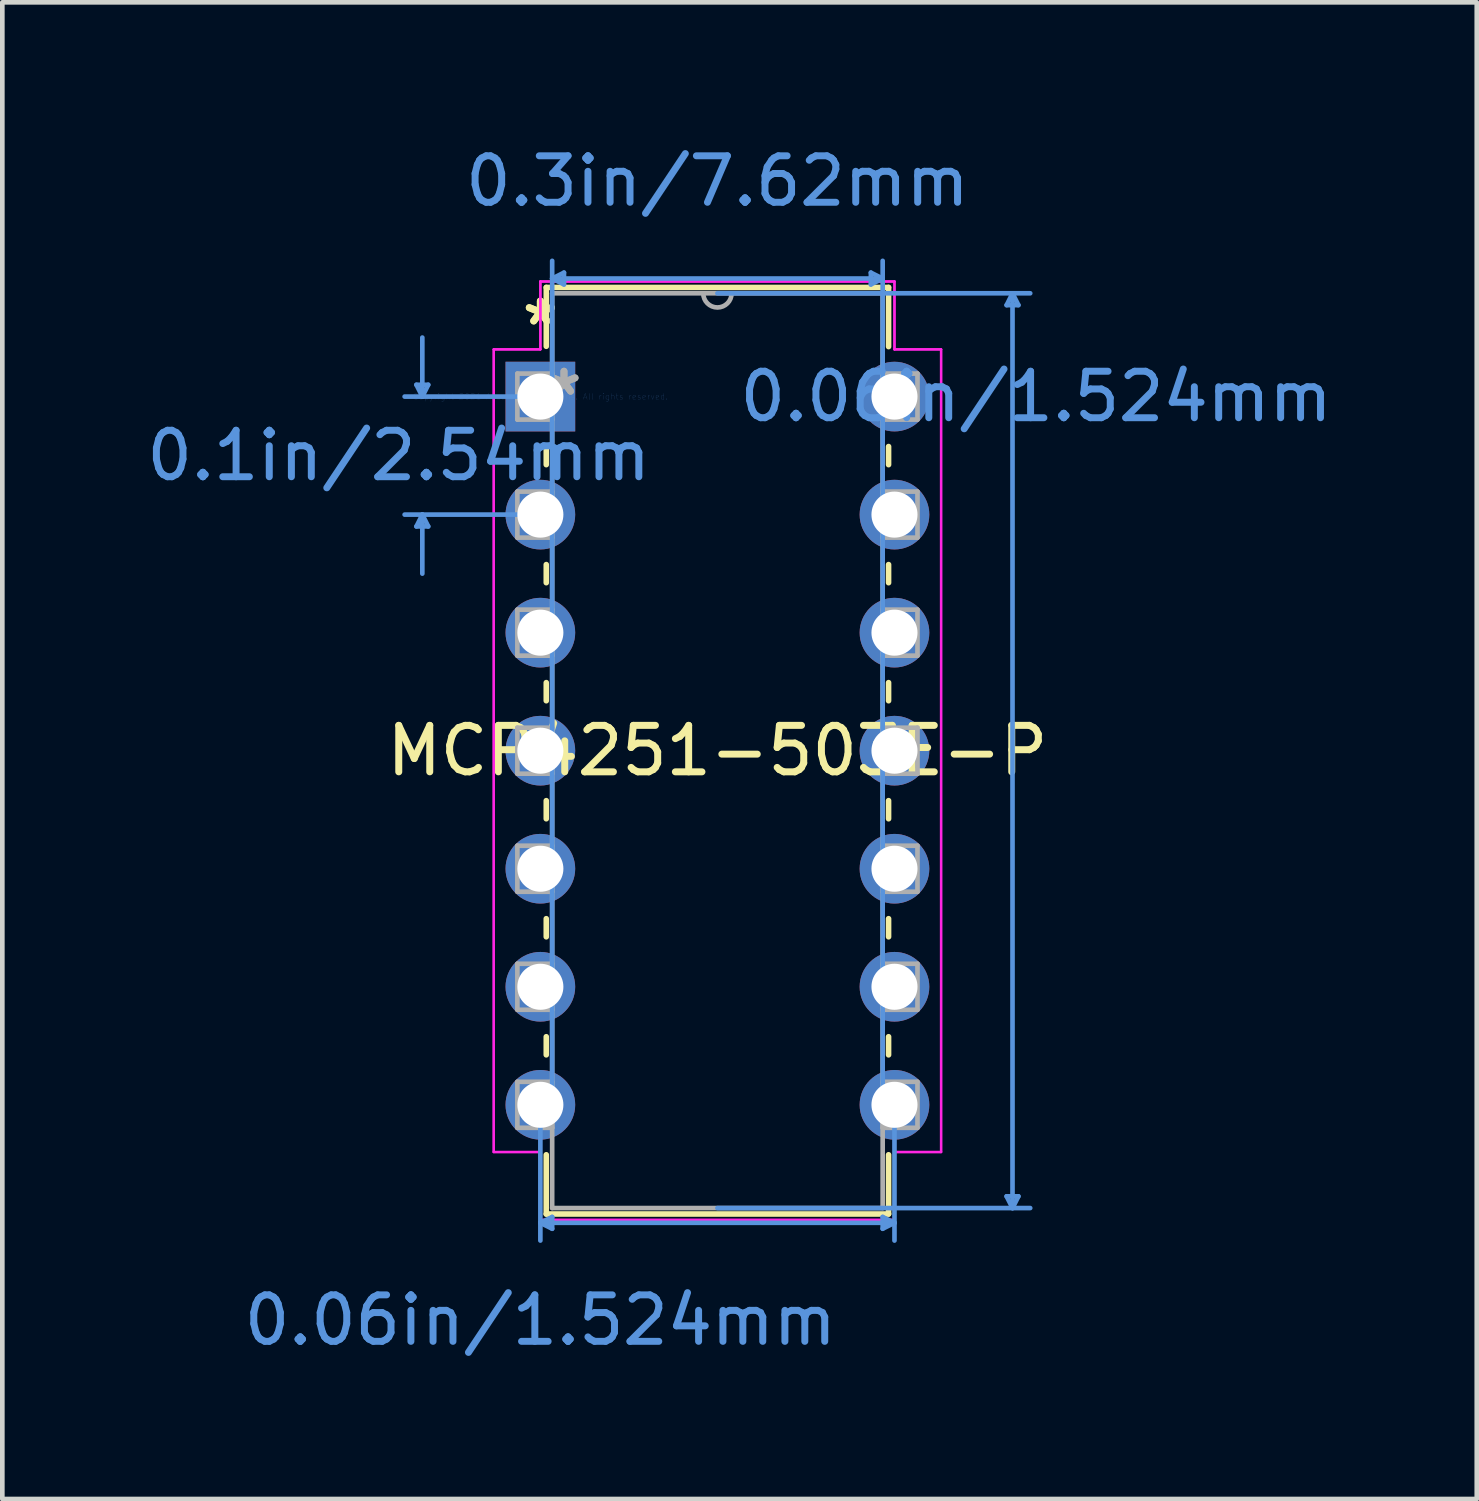
<source format=kicad_pcb>
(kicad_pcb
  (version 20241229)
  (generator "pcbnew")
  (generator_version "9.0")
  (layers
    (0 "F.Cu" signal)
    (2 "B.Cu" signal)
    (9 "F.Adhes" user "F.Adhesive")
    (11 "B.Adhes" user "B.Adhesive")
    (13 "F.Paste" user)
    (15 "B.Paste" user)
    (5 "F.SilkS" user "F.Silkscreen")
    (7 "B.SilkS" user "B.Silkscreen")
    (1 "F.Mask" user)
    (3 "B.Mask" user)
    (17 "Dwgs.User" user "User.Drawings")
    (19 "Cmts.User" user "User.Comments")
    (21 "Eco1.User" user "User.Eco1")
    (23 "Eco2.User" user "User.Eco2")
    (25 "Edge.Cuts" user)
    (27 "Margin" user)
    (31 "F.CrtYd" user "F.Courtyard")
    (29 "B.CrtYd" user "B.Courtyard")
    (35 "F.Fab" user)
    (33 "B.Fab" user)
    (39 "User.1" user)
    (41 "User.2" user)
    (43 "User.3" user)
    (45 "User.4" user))
  (footprint "MCP4251-503E-P"
    (layer "F.Cu")
    (at 8.578 5.484)
    (property "Reference" "MCP4251-503E-P" (at 3.81 7.62 0) (layer "F.SilkS") (effects (font (size 1 1) (thickness 0.15))))
    (attr through_hole)
    (fp_line (start 0.127 -2.349) (end 0.127 -1.082) (stroke (width 0.12) (type solid)) (layer "F.SilkS"))
    (fp_line (start 0.127 1.082) (end 0.127 1.465) (stroke (width 0.12) (type solid)) (layer "F.SilkS"))
    (fp_line (start 0.127 3.615) (end 0.127 4.005) (stroke (width 0.12) (type solid)) (layer "F.SilkS"))
    (fp_line (start 0.127 6.155) (end 0.127 6.545) (stroke (width 0.12) (type solid)) (layer "F.SilkS"))
    (fp_line (start 0.127 8.695) (end 0.127 9.085) (stroke (width 0.12) (type solid)) (layer "F.SilkS"))
    (fp_line (start 0.127 11.235) (end 0.127 11.625) (stroke (width 0.12) (type solid)) (layer "F.SilkS"))
    (fp_line (start 0.127 13.775) (end 0.127 14.165) (stroke (width 0.12) (type solid)) (layer "F.SilkS"))
    (fp_line (start 0.127 16.315) (end 0.127 17.59) (stroke (width 0.12) (type solid)) (layer "F.SilkS"))
    (fp_line (start 0.127 17.59) (end 7.493 17.59) (stroke (width 0.12) (type solid)) (layer "F.SilkS"))
    (fp_line (start 7.493 -2.349) (end 0.127 -2.349) (stroke (width 0.12) (type solid)) (layer "F.SilkS"))
    (fp_line (start 7.493 -1.075) (end 7.493 -2.349) (stroke (width 0.12) (type solid)) (layer "F.SilkS"))
    (fp_line (start 7.493 1.465) (end 7.493 1.075) (stroke (width 0.12) (type solid)) (layer "F.SilkS"))
    (fp_line (start 7.493 4.005) (end 7.493 3.615) (stroke (width 0.12) (type solid)) (layer "F.SilkS"))
    (fp_line (start 7.493 6.545) (end 7.493 6.155) (stroke (width 0.12) (type solid)) (layer "F.SilkS"))
    (fp_line (start 7.493 9.085) (end 7.493 8.695) (stroke (width 0.12) (type solid)) (layer "F.SilkS"))
    (fp_line (start 7.493 11.625) (end 7.493 11.235) (stroke (width 0.12) (type solid)) (layer "F.SilkS"))
    (fp_line (start 7.493 14.165) (end 7.493 13.775) (stroke (width 0.12) (type solid)) (layer "F.SilkS"))
    (fp_line (start 7.493 17.59) (end 7.493 16.315) (stroke (width 0.12) (type solid)) (layer "F.SilkS"))
    (fp_line (start -2.667 -0.254) (end -2.413 -0.254) (stroke (width 0.1) (type solid)) (layer "Cmts.User"))
    (fp_line (start -2.667 2.794) (end -2.413 2.794) (stroke (width 0.1) (type solid)) (layer "Cmts.User"))
    (fp_line (start -2.54 0) (end -2.667 -0.254) (stroke (width 0.1) (type solid)) (layer "Cmts.User"))
    (fp_line (start -2.54 0) (end -2.54 -1.27) (stroke (width 0.1) (type solid)) (layer "Cmts.User"))
    (fp_line (start -2.54 0) (end -2.413 -0.254) (stroke (width 0.1) (type solid)) (layer "Cmts.User"))
    (fp_line (start -2.54 2.54) (end -2.667 2.794) (stroke (width 0.1) (type solid)) (layer "Cmts.User"))
    (fp_line (start -2.54 2.54) (end -2.54 3.81) (stroke (width 0.1) (type solid)) (layer "Cmts.User"))
    (fp_line (start -2.54 2.54) (end -2.413 2.794) (stroke (width 0.1) (type solid)) (layer "Cmts.User"))
    (fp_line (start 0 0) (end -2.921 0) (stroke (width 0.1) (type solid)) (layer "Cmts.User"))
    (fp_line (start 0 2.54) (end -2.921 2.54) (stroke (width 0.1) (type solid)) (layer "Cmts.User"))
    (fp_line (start 0 15.24) (end 0 18.161) (stroke (width 0.1) (type solid)) (layer "Cmts.User"))
    (fp_line (start 0 17.78) (end 0.254 17.653) (stroke (width 0.1) (type solid)) (layer "Cmts.User"))
    (fp_line (start 0 17.78) (end 0.254 17.907) (stroke (width 0.1) (type solid)) (layer "Cmts.User"))
    (fp_line (start 0 17.78) (end 7.62 17.78) (stroke (width 0.1) (type solid)) (layer "Cmts.User"))
    (fp_line (start 0.254 -2.54) (end 0.508 -2.667) (stroke (width 0.1) (type solid)) (layer "Cmts.User"))
    (fp_line (start 0.254 -2.54) (end 0.508 -2.413) (stroke (width 0.1) (type solid)) (layer "Cmts.User"))
    (fp_line (start 0.254 -2.54) (end 7.366 -2.54) (stroke (width 0.1) (type solid)) (layer "Cmts.User"))
    (fp_line (start 0.254 15.24) (end 0.254 -2.921) (stroke (width 0.1) (type solid)) (layer "Cmts.User"))
    (fp_line (start 0.254 17.653) (end 0.254 17.907) (stroke (width 0.1) (type solid)) (layer "Cmts.User"))
    (fp_line (start 0.508 -2.667) (end 0.508 -2.413) (stroke (width 0.1) (type solid)) (layer "Cmts.User"))
    (fp_line (start 3.81 -2.223) (end 10.541 -2.223) (stroke (width 0.1) (type solid)) (layer "Cmts.User"))
    (fp_line (start 3.81 17.462) (end 10.541 17.462) (stroke (width 0.1) (type solid)) (layer "Cmts.User"))
    (fp_line (start 7.112 -2.667) (end 7.112 -2.413) (stroke (width 0.1) (type solid)) (layer "Cmts.User"))
    (fp_line (start 7.366 -2.54) (end 7.112 -2.667) (stroke (width 0.1) (type solid)) (layer "Cmts.User"))
    (fp_line (start 7.366 -2.54) (end 7.112 -2.413) (stroke (width 0.1) (type solid)) (layer "Cmts.User"))
    (fp_line (start 7.366 15.24) (end 7.366 -2.921) (stroke (width 0.1) (type solid)) (layer "Cmts.User"))
    (fp_line (start 7.366 17.653) (end 7.366 17.907) (stroke (width 0.1) (type solid)) (layer "Cmts.User"))
    (fp_line (start 7.62 15.24) (end 7.62 18.161) (stroke (width 0.1) (type solid)) (layer "Cmts.User"))
    (fp_line (start 7.62 17.78) (end 7.366 17.653) (stroke (width 0.1) (type solid)) (layer "Cmts.User"))
    (fp_line (start 7.62 17.78) (end 7.366 17.907) (stroke (width 0.1) (type solid)) (layer "Cmts.User"))
    (fp_line (start 10.033 -1.968) (end 10.287 -1.968) (stroke (width 0.1) (type solid)) (layer "Cmts.User"))
    (fp_line (start 10.033 17.209) (end 10.287 17.209) (stroke (width 0.1) (type solid)) (layer "Cmts.User"))
    (fp_line (start 10.16 -2.223) (end 10.033 -1.968) (stroke (width 0.1) (type solid)) (layer "Cmts.User"))
    (fp_line (start 10.16 -2.223) (end 10.16 17.462) (stroke (width 0.1) (type solid)) (layer "Cmts.User"))
    (fp_line (start 10.16 -2.223) (end 10.287 -1.968) (stroke (width 0.1) (type solid)) (layer "Cmts.User"))
    (fp_line (start 10.16 17.462) (end 10.033 17.209) (stroke (width 0.1) (type solid)) (layer "Cmts.User"))
    (fp_line (start 10.16 17.462) (end 10.287 17.209) (stroke (width 0.1) (type solid)) (layer "Cmts.User"))
    (fp_line (start -1.003 -1.016) (end -1.003 16.256) (stroke (width 0.05) (type solid)) (layer "F.CrtYd"))
    (fp_line (start -1.003 -1.016) (end 0 -1.016) (stroke (width 0.05) (type solid)) (layer "F.CrtYd"))
    (fp_line (start -1.003 16.256) (end -1.003 -1.016) (stroke (width 0.05) (type solid)) (layer "F.CrtYd"))
    (fp_line (start -1.003 16.256) (end 0 16.256) (stroke (width 0.05) (type solid)) (layer "F.CrtYd"))
    (fp_line (start 0 -2.477) (end 0 -1.016) (stroke (width 0.05) (type solid)) (layer "F.CrtYd"))
    (fp_line (start 0 -2.477) (end 7.62 -2.477) (stroke (width 0.05) (type solid)) (layer "F.CrtYd"))
    (fp_line (start 0 -1.016) (end -1.003 -1.016) (stroke (width 0.05) (type solid)) (layer "F.CrtYd"))
    (fp_line (start 0 -1.016) (end 0 -2.477) (stroke (width 0.05) (type solid)) (layer "F.CrtYd"))
    (fp_line (start 0 16.256) (end -1.003 16.256) (stroke (width 0.05) (type solid)) (layer "F.CrtYd"))
    (fp_line (start 0 16.256) (end 0 17.716) (stroke (width 0.05) (type solid)) (layer "F.CrtYd"))
    (fp_line (start 0 17.716) (end 0 16.256) (stroke (width 0.05) (type solid)) (layer "F.CrtYd"))
    (fp_line (start 0 17.716) (end 7.62 17.716) (stroke (width 0.05) (type solid)) (layer "F.CrtYd"))
    (fp_line (start 7.62 -2.477) (end 0 -2.477) (stroke (width 0.05) (type solid)) (layer "F.CrtYd"))
    (fp_line (start 7.62 -2.477) (end 7.62 -1.016) (stroke (width 0.05) (type solid)) (layer "F.CrtYd"))
    (fp_line (start 7.62 -1.016) (end 7.62 -2.477) (stroke (width 0.05) (type solid)) (layer "F.CrtYd"))
    (fp_line (start 7.62 16.256) (end 7.62 17.716) (stroke (width 0.05) (type solid)) (layer "F.CrtYd"))
    (fp_line (start 7.62 16.256) (end 8.623 16.256) (stroke (width 0.05) (type solid)) (layer "F.CrtYd"))
    (fp_line (start 7.62 17.716) (end 0 17.716) (stroke (width 0.05) (type solid)) (layer "F.CrtYd"))
    (fp_line (start 7.62 17.716) (end 7.62 16.256) (stroke (width 0.05) (type solid)) (layer "F.CrtYd"))
    (fp_line (start 8.623 -1.016) (end 7.62 -1.016) (stroke (width 0.05) (type solid)) (layer "F.CrtYd"))
    (fp_line (start 8.623 -1.016) (end 7.62 -1.016) (stroke (width 0.05) (type solid)) (layer "F.CrtYd"))
    (fp_line (start 8.623 -1.016) (end 8.623 16.256) (stroke (width 0.05) (type solid)) (layer "F.CrtYd"))
    (fp_line (start 8.623 16.256) (end 7.62 16.256) (stroke (width 0.05) (type solid)) (layer "F.CrtYd"))
    (fp_line (start 8.623 16.256) (end 8.623 -1.016) (stroke (width 0.05) (type solid)) (layer "F.CrtYd"))
    (fp_line (start -0.495 -0.495) (end -0.495 0.495) (stroke (width 0.1) (type solid)) (layer "F.Fab"))
    (fp_line (start -0.495 0.495) (end 0.254 0.495) (stroke (width 0.1) (type solid)) (layer "F.Fab"))
    (fp_line (start -0.495 2.045) (end -0.495 3.035) (stroke (width 0.1) (type solid)) (layer "F.Fab"))
    (fp_line (start -0.495 3.035) (end 0.254 3.035) (stroke (width 0.1) (type solid)) (layer "F.Fab"))
    (fp_line (start -0.495 4.585) (end -0.495 5.575) (stroke (width 0.1) (type solid)) (layer "F.Fab"))
    (fp_line (start -0.495 5.575) (end 0.254 5.575) (stroke (width 0.1) (type solid)) (layer "F.Fab"))
    (fp_line (start -0.495 7.125) (end -0.495 8.115) (stroke (width 0.1) (type solid)) (layer "F.Fab"))
    (fp_line (start -0.495 8.115) (end 0.254 8.115) (stroke (width 0.1) (type solid)) (layer "F.Fab"))
    (fp_line (start -0.495 9.665) (end -0.495 10.655) (stroke (width 0.1) (type solid)) (layer "F.Fab"))
    (fp_line (start -0.495 10.655) (end 0.254 10.655) (stroke (width 0.1) (type solid)) (layer "F.Fab"))
    (fp_line (start -0.495 12.205) (end -0.495 13.195) (stroke (width 0.1) (type solid)) (layer "F.Fab"))
    (fp_line (start -0.495 13.195) (end 0.254 13.195) (stroke (width 0.1) (type solid)) (layer "F.Fab"))
    (fp_line (start -0.495 14.745) (end -0.495 15.735) (stroke (width 0.1) (type solid)) (layer "F.Fab"))
    (fp_line (start -0.495 15.735) (end 0.254 15.735) (stroke (width 0.1) (type solid)) (layer "F.Fab"))
    (fp_line (start 0.254 -2.223) (end 0.254 17.462) (stroke (width 0.1) (type solid)) (layer "F.Fab"))
    (fp_line (start 0.254 -0.495) (end -0.495 -0.495) (stroke (width 0.1) (type solid)) (layer "F.Fab"))
    (fp_line (start 0.254 0.495) (end 0.254 -0.495) (stroke (width 0.1) (type solid)) (layer "F.Fab"))
    (fp_line (start 0.254 2.045) (end -0.495 2.045) (stroke (width 0.1) (type solid)) (layer "F.Fab"))
    (fp_line (start 0.254 3.035) (end 0.254 2.045) (stroke (width 0.1) (type solid)) (layer "F.Fab"))
    (fp_line (start 0.254 4.585) (end -0.495 4.585) (stroke (width 0.1) (type solid)) (layer "F.Fab"))
    (fp_line (start 0.254 5.575) (end 0.254 4.585) (stroke (width 0.1) (type solid)) (layer "F.Fab"))
    (fp_line (start 0.254 7.125) (end -0.495 7.125) (stroke (width 0.1) (type solid)) (layer "F.Fab"))
    (fp_line (start 0.254 8.115) (end 0.254 7.125) (stroke (width 0.1) (type solid)) (layer "F.Fab"))
    (fp_line (start 0.254 9.665) (end -0.495 9.665) (stroke (width 0.1) (type solid)) (layer "F.Fab"))
    (fp_line (start 0.254 10.655) (end 0.254 9.665) (stroke (width 0.1) (type solid)) (layer "F.Fab"))
    (fp_line (start 0.254 12.205) (end -0.495 12.205) (stroke (width 0.1) (type solid)) (layer "F.Fab"))
    (fp_line (start 0.254 13.195) (end 0.254 12.205) (stroke (width 0.1) (type solid)) (layer "F.Fab"))
    (fp_line (start 0.254 14.745) (end -0.495 14.745) (stroke (width 0.1) (type solid)) (layer "F.Fab"))
    (fp_line (start 0.254 15.735) (end 0.254 14.745) (stroke (width 0.1) (type solid)) (layer "F.Fab"))
    (fp_line (start 0.254 17.462) (end 7.366 17.462) (stroke (width 0.1) (type solid)) (layer "F.Fab"))
    (fp_line (start 7.366 -2.223) (end 0.254 -2.223) (stroke (width 0.1) (type solid)) (layer "F.Fab"))
    (fp_line (start 7.366 -0.495) (end 7.366 0.495) (stroke (width 0.1) (type solid)) (layer "F.Fab"))
    (fp_line (start 7.366 0.495) (end 8.115 0.495) (stroke (width 0.1) (type solid)) (layer "F.Fab"))
    (fp_line (start 7.366 2.045) (end 7.366 3.035) (stroke (width 0.1) (type solid)) (layer "F.Fab"))
    (fp_line (start 7.366 3.035) (end 8.115 3.035) (stroke (width 0.1) (type solid)) (layer "F.Fab"))
    (fp_line (start 7.366 4.585) (end 7.366 5.575) (stroke (width 0.1) (type solid)) (layer "F.Fab"))
    (fp_line (start 7.366 5.575) (end 8.115 5.575) (stroke (width 0.1) (type solid)) (layer "F.Fab"))
    (fp_line (start 7.366 7.125) (end 7.366 8.115) (stroke (width 0.1) (type solid)) (layer "F.Fab"))
    (fp_line (start 7.366 8.115) (end 8.115 8.115) (stroke (width 0.1) (type solid)) (layer "F.Fab"))
    (fp_line (start 7.366 9.665) (end 7.366 10.655) (stroke (width 0.1) (type solid)) (layer "F.Fab"))
    (fp_line (start 7.366 10.655) (end 8.115 10.655) (stroke (width 0.1) (type solid)) (layer "F.Fab"))
    (fp_line (start 7.366 12.205) (end 7.366 13.195) (stroke (width 0.1) (type solid)) (layer "F.Fab"))
    (fp_line (start 7.366 13.195) (end 8.115 13.195) (stroke (width 0.1) (type solid)) (layer "F.Fab"))
    (fp_line (start 7.366 14.745) (end 7.366 15.735) (stroke (width 0.1) (type solid)) (layer "F.Fab"))
    (fp_line (start 7.366 15.735) (end 8.115 15.735) (stroke (width 0.1) (type solid)) (layer "F.Fab"))
    (fp_line (start 7.366 17.462) (end 7.366 -2.223) (stroke (width 0.1) (type solid)) (layer "F.Fab"))
    (fp_line (start 8.115 -0.495) (end 7.366 -0.495) (stroke (width 0.1) (type solid)) (layer "F.Fab"))
    (fp_line (start 8.115 0.495) (end 8.115 -0.495) (stroke (width 0.1) (type solid)) (layer "F.Fab"))
    (fp_line (start 8.115 2.045) (end 7.366 2.045) (stroke (width 0.1) (type solid)) (layer "F.Fab"))
    (fp_line (start 8.115 3.035) (end 8.115 2.045) (stroke (width 0.1) (type solid)) (layer "F.Fab"))
    (fp_line (start 8.115 4.585) (end 7.366 4.585) (stroke (width 0.1) (type solid)) (layer "F.Fab"))
    (fp_line (start 8.115 5.575) (end 8.115 4.585) (stroke (width 0.1) (type solid)) (layer "F.Fab"))
    (fp_line (start 8.115 7.125) (end 7.366 7.125) (stroke (width 0.1) (type solid)) (layer "F.Fab"))
    (fp_line (start 8.115 8.115) (end 8.115 7.125) (stroke (width 0.1) (type solid)) (layer "F.Fab"))
    (fp_line (start 8.115 9.665) (end 7.366 9.665) (stroke (width 0.1) (type solid)) (layer "F.Fab"))
    (fp_line (start 8.115 10.655) (end 8.115 9.665) (stroke (width 0.1) (type solid)) (layer "F.Fab"))
    (fp_line (start 8.115 12.205) (end 7.366 12.205) (stroke (width 0.1) (type solid)) (layer "F.Fab"))
    (fp_line (start 8.115 13.195) (end 8.115 12.205) (stroke (width 0.1) (type solid)) (layer "F.Fab"))
    (fp_line (start 8.115 14.745) (end 7.366 14.745) (stroke (width 0.1) (type solid)) (layer "F.Fab"))
    (fp_line (start 8.115 15.735) (end 8.115 14.745) (stroke (width 0.1) (type solid)) (layer "F.Fab"))
    (fp_arc (start 4.1148 -2.2225) (mid 3.81 -1.9177) (end 3.5052 -2.2225) (stroke (width 0.1) (type solid)) (layer "F.Fab"))
    (fp_text user "*" (at 0 -1.511 0) (layer "F.SilkS") (effects (font (size 1 1) (thickness 0.15))))
    (fp_text user "*" (at 0 -1.511 0) (layer "F.SilkS") (effects (font (size 1 1) (thickness 0.15))))
    (fp_text user "Copyright 2021 Accelerated Designs. All rights reserved." (at 0 0 0) (layer "Cmts.User") (effects (font (size 0.127 0.127) (thickness 0.002))))
    (fp_text user "0.3in/7.62mm" (at 3.81 -4.636 0) (layer "Cmts.User") (effects (font (size 1 1) (thickness 0.15))))
    (fp_text user "0.06in/1.524mm" (at 0 19.875 0) (layer "Cmts.User") (effects (font (size 1 1) (thickness 0.15))))
    (fp_text user "0.06in/1.524mm" (at 10.668 0 0) (layer "Cmts.User") (effects (font (size 1 1) (thickness 0.15))))
    (fp_text user "0.1in/2.54mm" (at -3.048 1.27 0) (layer "Cmts.User") (effects (font (size 1 1) (thickness 0.15))))
    (fp_text user "*" (at 0.508 0 0) (layer "F.Fab") (effects (font (size 1 1) (thickness 0.15))))
    (fp_text user "*" (at 0.508 0 0) (layer "F.Fab") (effects (font (size 1 1) (thickness 0.15))))
    (pad "1" thru_hole rect (at 0 0) (size 1.499 1.499) (drill 0.991) (layers "*.Cu" "*.Mask"))
    (pad "2" thru_hole circle (at 0 2.54) (size 1.499 1.499) (drill 0.991) (layers "*.Cu" "*.Mask"))
    (pad "3" thru_hole circle (at 0 5.08) (size 1.499 1.499) (drill 0.991) (layers "*.Cu" "*.Mask"))
    (pad "4" thru_hole circle (at 0 7.62) (size 1.499 1.499) (drill 0.991) (layers "*.Cu" "*.Mask"))
    (pad "5" thru_hole circle (at 0 10.16) (size 1.499 1.499) (drill 0.991) (layers "*.Cu" "*.Mask"))
    (pad "6" thru_hole circle (at 0 12.7) (size 1.499 1.499) (drill 0.991) (layers "*.Cu" "*.Mask"))
    (pad "7" thru_hole circle (at 0 15.24) (size 1.499 1.499) (drill 0.991) (layers "*.Cu" "*.Mask"))
    (pad "8" thru_hole circle (at 7.62 15.24) (size 1.499 1.499) (drill 0.991) (layers "*.Cu" "*.Mask"))
    (pad "9" thru_hole circle (at 7.62 12.7) (size 1.499 1.499) (drill 0.991) (layers "*.Cu" "*.Mask"))
    (pad "10" thru_hole circle (at 7.62 10.16) (size 1.499 1.499) (drill 0.991) (layers "*.Cu" "*.Mask"))
    (pad "11" thru_hole circle (at 7.62 7.62) (size 1.499 1.499) (drill 0.991) (layers "*.Cu" "*.Mask"))
    (pad "12" thru_hole circle (at 7.62 5.08) (size 1.499 1.499) (drill 0.991) (layers "*.Cu" "*.Mask"))
    (pad "13" thru_hole circle (at 7.62 2.54) (size 1.499 1.499) (drill 0.991) (layers "*.Cu" "*.Mask"))
    (pad "14" thru_hole circle (at 7.62 0) (size 1.499 1.499) (drill 0.991) (layers "*.Cu" "*.Mask")))
  (gr_rect
    (start -3 -3)
    (end 28.728 29.207)
    (stroke (width 0.1) (type default))
    (fill no)
    (layer "Edge.Cuts")))
</source>
